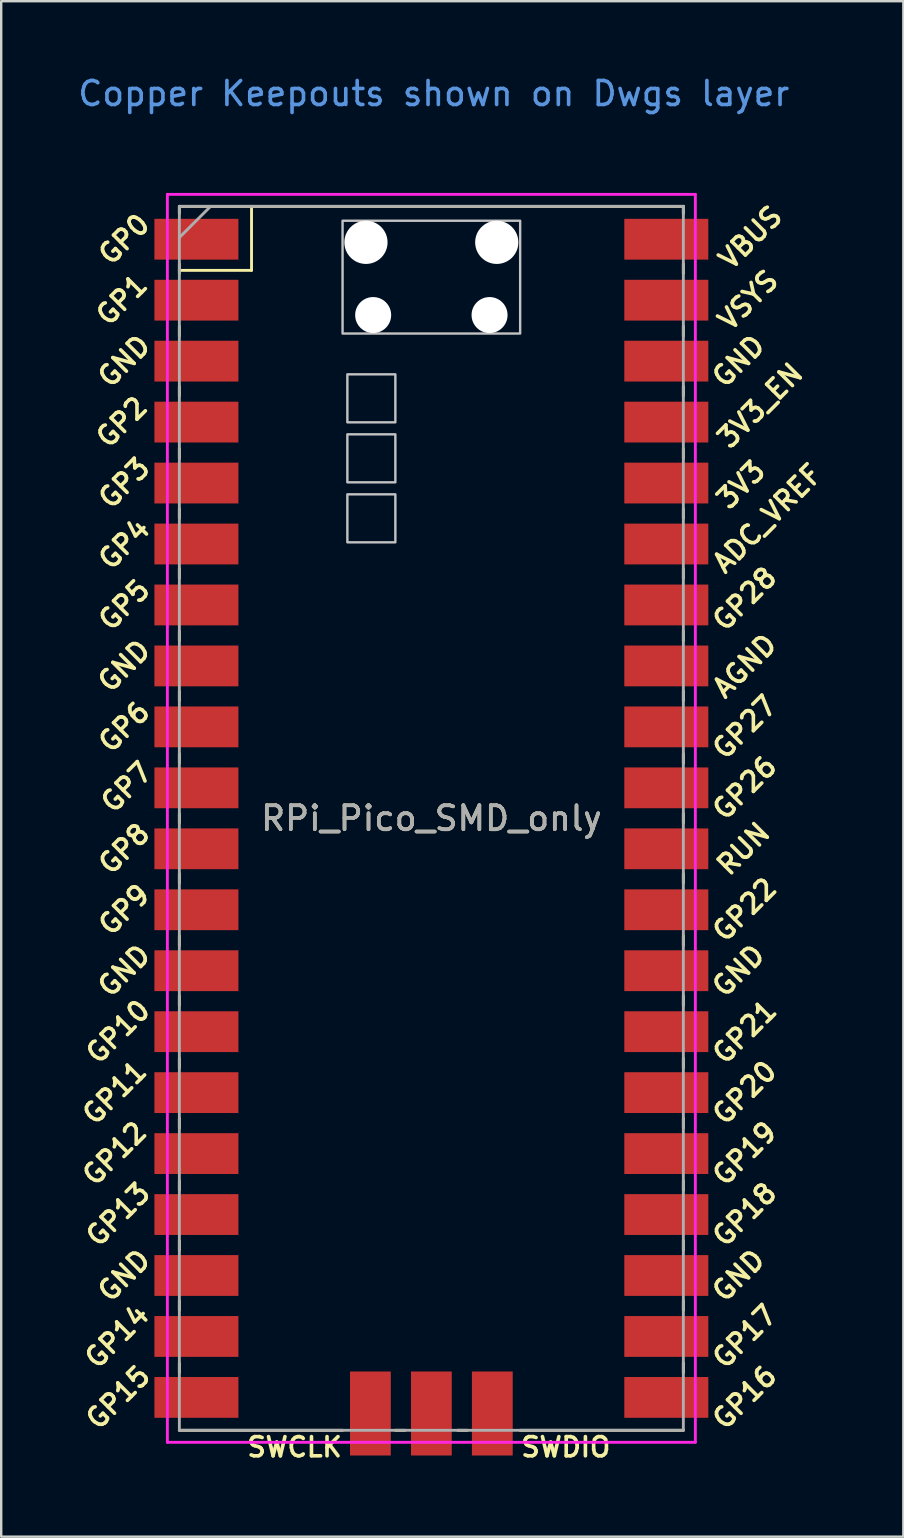
<source format=kicad_pcb>
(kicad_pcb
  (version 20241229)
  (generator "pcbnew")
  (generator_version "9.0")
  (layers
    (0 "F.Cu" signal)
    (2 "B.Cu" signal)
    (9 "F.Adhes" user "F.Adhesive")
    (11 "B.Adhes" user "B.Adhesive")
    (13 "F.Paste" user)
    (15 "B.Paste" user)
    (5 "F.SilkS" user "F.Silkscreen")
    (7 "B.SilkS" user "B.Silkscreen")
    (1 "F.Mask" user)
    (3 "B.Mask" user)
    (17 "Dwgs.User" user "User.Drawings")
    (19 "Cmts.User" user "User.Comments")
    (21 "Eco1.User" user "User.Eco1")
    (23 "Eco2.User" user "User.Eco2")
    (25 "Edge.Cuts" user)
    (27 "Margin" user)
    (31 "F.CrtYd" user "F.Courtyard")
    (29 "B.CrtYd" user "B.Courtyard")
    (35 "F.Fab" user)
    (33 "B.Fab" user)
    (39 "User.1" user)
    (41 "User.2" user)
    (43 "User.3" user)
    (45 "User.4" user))
  (footprint "RPi_Pico_SMD_only"
    (layer "F.Cu")
    (at 14.924 31.048)
    (property "Reference" "RPi_Pico_SMD_only" (at 0 0 0) (layer "F.SilkS") (effects (font (size 1 1) (thickness 0.15))))
    (attr through_hole)
    (fp_line (start -10.5 -25.5) (end -10.5 -25.2) (stroke (width 0.12) (type solid)) (layer "F.SilkS"))
    (fp_line (start -10.5 -25.5) (end 10.5 -25.5) (stroke (width 0.12) (type solid)) (layer "F.SilkS"))
    (fp_line (start -10.5 -23.1) (end -10.5 -22.7) (stroke (width 0.12) (type solid)) (layer "F.SilkS"))
    (fp_line (start -10.5 -22.833) (end -7.493 -22.833) (stroke (width 0.12) (type solid)) (layer "F.SilkS"))
    (fp_line (start -10.5 -20.5) (end -10.5 -20.1) (stroke (width 0.12) (type solid)) (layer "F.SilkS"))
    (fp_line (start -10.5 -18) (end -10.5 -17.6) (stroke (width 0.12) (type solid)) (layer "F.SilkS"))
    (fp_line (start -10.5 -15.4) (end -10.5 -15) (stroke (width 0.12) (type solid)) (layer "F.SilkS"))
    (fp_line (start -10.5 -12.9) (end -10.5 -12.5) (stroke (width 0.12) (type solid)) (layer "F.SilkS"))
    (fp_line (start -10.5 -10.4) (end -10.5 -10) (stroke (width 0.12) (type solid)) (layer "F.SilkS"))
    (fp_line (start -10.5 -7.8) (end -10.5 -7.4) (stroke (width 0.12) (type solid)) (layer "F.SilkS"))
    (fp_line (start -10.5 -5.3) (end -10.5 -4.9) (stroke (width 0.12) (type solid)) (layer "F.SilkS"))
    (fp_line (start -10.5 -2.7) (end -10.5 -2.3) (stroke (width 0.12) (type solid)) (layer "F.SilkS"))
    (fp_line (start -10.5 -0.2) (end -10.5 0.2) (stroke (width 0.12) (type solid)) (layer "F.SilkS"))
    (fp_line (start -10.5 2.3) (end -10.5 2.7) (stroke (width 0.12) (type solid)) (layer "F.SilkS"))
    (fp_line (start -10.5 4.9) (end -10.5 5.3) (stroke (width 0.12) (type solid)) (layer "F.SilkS"))
    (fp_line (start -10.5 7.4) (end -10.5 7.8) (stroke (width 0.12) (type solid)) (layer "F.SilkS"))
    (fp_line (start -10.5 10) (end -10.5 10.4) (stroke (width 0.12) (type solid)) (layer "F.SilkS"))
    (fp_line (start -10.5 12.5) (end -10.5 12.9) (stroke (width 0.12) (type solid)) (layer "F.SilkS"))
    (fp_line (start -10.5 15.1) (end -10.5 15.5) (stroke (width 0.12) (type solid)) (layer "F.SilkS"))
    (fp_line (start -10.5 17.6) (end -10.5 18) (stroke (width 0.12) (type solid)) (layer "F.SilkS"))
    (fp_line (start -10.5 20.1) (end -10.5 20.5) (stroke (width 0.12) (type solid)) (layer "F.SilkS"))
    (fp_line (start -10.5 22.7) (end -10.5 23.1) (stroke (width 0.12) (type solid)) (layer "F.SilkS"))
    (fp_line (start -7.493 -22.833) (end -7.493 -25.5) (stroke (width 0.12) (type solid)) (layer "F.SilkS"))
    (fp_line (start -3.7 25.5) (end -10.5 25.5) (stroke (width 0.12) (type solid)) (layer "F.SilkS"))
    (fp_line (start -1.5 25.5) (end -1.1 25.5) (stroke (width 0.12) (type solid)) (layer "F.SilkS"))
    (fp_line (start 1.1 25.5) (end 1.5 25.5) (stroke (width 0.12) (type solid)) (layer "F.SilkS"))
    (fp_line (start 10.5 -25.5) (end 10.5 -25.2) (stroke (width 0.12) (type solid)) (layer "F.SilkS"))
    (fp_line (start 10.5 -23.1) (end 10.5 -22.7) (stroke (width 0.12) (type solid)) (layer "F.SilkS"))
    (fp_line (start 10.5 -20.5) (end 10.5 -20.1) (stroke (width 0.12) (type solid)) (layer "F.SilkS"))
    (fp_line (start 10.5 -18) (end 10.5 -17.6) (stroke (width 0.12) (type solid)) (layer "F.SilkS"))
    (fp_line (start 10.5 -15.4) (end 10.5 -15) (stroke (width 0.12) (type solid)) (layer "F.SilkS"))
    (fp_line (start 10.5 -12.9) (end 10.5 -12.5) (stroke (width 0.12) (type solid)) (layer "F.SilkS"))
    (fp_line (start 10.5 -10.4) (end 10.5 -10) (stroke (width 0.12) (type solid)) (layer "F.SilkS"))
    (fp_line (start 10.5 -7.8) (end 10.5 -7.4) (stroke (width 0.12) (type solid)) (layer "F.SilkS"))
    (fp_line (start 10.5 -5.3) (end 10.5 -4.9) (stroke (width 0.12) (type solid)) (layer "F.SilkS"))
    (fp_line (start 10.5 -2.7) (end 10.5 -2.3) (stroke (width 0.12) (type solid)) (layer "F.SilkS"))
    (fp_line (start 10.5 -0.2) (end 10.5 0.2) (stroke (width 0.12) (type solid)) (layer "F.SilkS"))
    (fp_line (start 10.5 2.3) (end 10.5 2.7) (stroke (width 0.12) (type solid)) (layer "F.SilkS"))
    (fp_line (start 10.5 4.9) (end 10.5 5.3) (stroke (width 0.12) (type solid)) (layer "F.SilkS"))
    (fp_line (start 10.5 7.4) (end 10.5 7.8) (stroke (width 0.12) (type solid)) (layer "F.SilkS"))
    (fp_line (start 10.5 10) (end 10.5 10.4) (stroke (width 0.12) (type solid)) (layer "F.SilkS"))
    (fp_line (start 10.5 12.5) (end 10.5 12.9) (stroke (width 0.12) (type solid)) (layer "F.SilkS"))
    (fp_line (start 10.5 15.1) (end 10.5 15.5) (stroke (width 0.12) (type solid)) (layer "F.SilkS"))
    (fp_line (start 10.5 17.6) (end 10.5 18) (stroke (width 0.12) (type solid)) (layer "F.SilkS"))
    (fp_line (start 10.5 20.1) (end 10.5 20.5) (stroke (width 0.12) (type solid)) (layer "F.SilkS"))
    (fp_line (start 10.5 22.7) (end 10.5 23.1) (stroke (width 0.12) (type solid)) (layer "F.SilkS"))
    (fp_line (start 10.5 25.5) (end 3.7 25.5) (stroke (width 0.12) (type solid)) (layer "F.SilkS"))
    (fp_poly (pts (xy -1.5 -16.5) (xy -3.5 -16.5) (xy -3.5 -18.5) (xy -1.5 -18.5)) (stroke (width 0.1) (type solid)) (fill no) (layer "Dwgs.User"))
    (fp_poly (pts (xy -1.5 -14) (xy -3.5 -14) (xy -3.5 -16) (xy -1.5 -16)) (stroke (width 0.1) (type solid)) (fill no) (layer "Dwgs.User"))
    (fp_poly (pts (xy -1.5 -11.5) (xy -3.5 -11.5) (xy -3.5 -13.5) (xy -1.5 -13.5)) (stroke (width 0.1) (type solid)) (fill no) (layer "Dwgs.User"))
    (fp_poly (pts (xy 3.7 -20.2) (xy -3.7 -20.2) (xy -3.7 -24.9) (xy 3.7 -24.9)) (stroke (width 0.1) (type solid)) (fill no) (layer "Dwgs.User"))
    (fp_line (start -11 -26) (end 11 -26) (stroke (width 0.12) (type solid)) (layer "F.CrtYd"))
    (fp_line (start -11 26) (end -11 -26) (stroke (width 0.12) (type solid)) (layer "F.CrtYd"))
    (fp_line (start 11 -26) (end 11 26) (stroke (width 0.12) (type solid)) (layer "F.CrtYd"))
    (fp_line (start 11 26) (end -11 26) (stroke (width 0.12) (type solid)) (layer "F.CrtYd"))
    (fp_line (start -10.5 -25.5) (end 10.5 -25.5) (stroke (width 0.12) (type solid)) (layer "F.Fab"))
    (fp_line (start -10.5 -24.2) (end -9.2 -25.5) (stroke (width 0.12) (type solid)) (layer "F.Fab"))
    (fp_line (start -10.5 25.5) (end -10.5 -25.5) (stroke (width 0.12) (type solid)) (layer "F.Fab"))
    (fp_line (start 10.5 -25.5) (end 10.5 25.5) (stroke (width 0.12) (type solid)) (layer "F.Fab"))
    (fp_line (start 10.5 25.5) (end -10.5 25.5) (stroke (width 0.12) (type solid)) (layer "F.Fab"))
    (fp_text user "GP3" (at -12.8 -13.97 45) (layer "F.SilkS") (effects (font (size 0.8 0.8) (thickness 0.15))))
    (fp_text user "GP11" (at -13.2 11.43 45) (layer "F.SilkS") (effects (font (size 0.8 0.8) (thickness 0.15))))
    (fp_text user "GP28" (at 13.054 -9.144 45) (layer "F.SilkS") (effects (font (size 0.8 0.8) (thickness 0.15))))
    (fp_text user "GND" (at 12.8 6.35 45) (layer "F.SilkS") (effects (font (size 0.8 0.8) (thickness 0.15))))
    (fp_text user "GP0" (at -12.8 -24.13 45) (layer "F.SilkS") (effects (font (size 0.8 0.8) (thickness 0.15))))
    (fp_text user "VBUS" (at 13.3 -24.2 45) (layer "F.SilkS") (effects (font (size 0.8 0.8) (thickness 0.15))))
    (fp_text user "GP8" (at -12.8 1.27 45) (layer "F.SilkS") (effects (font (size 0.8 0.8) (thickness 0.15))))
    (fp_text user "GP26" (at 13.054 -1.27 45) (layer "F.SilkS") (effects (font (size 0.8 0.8) (thickness 0.15))))
    (fp_text user "GP14" (at -13.1 21.59 45) (layer "F.SilkS") (effects (font (size 0.8 0.8) (thickness 0.15))))
    (fp_text user "GND" (at 12.8 19.05 45) (layer "F.SilkS") (effects (font (size 0.8 0.8) (thickness 0.15))))
    (fp_text user "ADC_VREF" (at 14 -12.5 45) (layer "F.SilkS") (effects (font (size 0.8 0.8) (thickness 0.15))))
    (fp_text user "GP19" (at 13.054 13.97 45) (layer "F.SilkS") (effects (font (size 0.8 0.8) (thickness 0.15))))
    (fp_text user "AGND" (at 13.054 -6.35 45) (layer "F.SilkS") (effects (font (size 0.8 0.8) (thickness 0.15))))
    (fp_text user "GP21" (at 13.054 8.9 45) (layer "F.SilkS") (effects (font (size 0.8 0.8) (thickness 0.15))))
    (fp_text user "GP12" (at -13.2 13.97 45) (layer "F.SilkS") (effects (font (size 0.8 0.8) (thickness 0.15))))
    (fp_text user "3V3_EN" (at 13.7 -17.2 45) (layer "F.SilkS") (effects (font (size 0.8 0.8) (thickness 0.15))))
    (fp_text user "GP10" (at -13.054 8.89 45) (layer "F.SilkS") (effects (font (size 0.8 0.8) (thickness 0.15))))
    (fp_text user "SWDIO" (at 5.6 26.2 0) (layer "F.SilkS") (effects (font (size 0.8 0.8) (thickness 0.15))))
    (fp_text user "GP4" (at -12.8 -11.43 45) (layer "F.SilkS") (effects (font (size 0.8 0.8) (thickness 0.15))))
    (fp_text user "GND" (at -12.8 -6.35 45) (layer "F.SilkS") (effects (font (size 0.8 0.8) (thickness 0.15))))
    (fp_text user "GND" (at -12.8 -19.05 45) (layer "F.SilkS") (effects (font (size 0.8 0.8) (thickness 0.15))))
    (fp_text user "RUN" (at 13 1.27 45) (layer "F.SilkS") (effects (font (size 0.8 0.8) (thickness 0.15))))
    (fp_text user "GND" (at -12.8 19.05 45) (layer "F.SilkS") (effects (font (size 0.8 0.8) (thickness 0.15))))
    (fp_text user "GP15" (at -13.054 24.13 45) (layer "F.SilkS") (effects (font (size 0.8 0.8) (thickness 0.15))))
    (fp_text user "GP5" (at -12.8 -8.89 45) (layer "F.SilkS") (effects (font (size 0.8 0.8) (thickness 0.15))))
    (fp_text user "GND" (at 12.8 -19.05 45) (layer "F.SilkS") (effects (font (size 0.8 0.8) (thickness 0.15))))
    (fp_text user "GP22" (at 13.054 3.81 45) (layer "F.SilkS") (effects (font (size 0.8 0.8) (thickness 0.15))))
    (fp_text user "GND" (at -12.8 6.35 45) (layer "F.SilkS") (effects (font (size 0.8 0.8) (thickness 0.15))))
    (fp_text user "GP18" (at 13.054 16.51 45) (layer "F.SilkS") (effects (font (size 0.8 0.8) (thickness 0.15))))
    (fp_text user "GP27" (at 13.054 -3.8 45) (layer "F.SilkS") (effects (font (size 0.8 0.8) (thickness 0.15))))
    (fp_text user "GP7" (at -12.7 -1.3 45) (layer "F.SilkS") (effects (font (size 0.8 0.8) (thickness 0.15))))
    (fp_text user "SWCLK" (at -5.7 26.2 0) (layer "F.SilkS") (effects (font (size 0.8 0.8) (thickness 0.15))))
    (fp_text user "GP13" (at -13.054 16.51 45) (layer "F.SilkS") (effects (font (size 0.8 0.8) (thickness 0.15))))
    (fp_text user "3V3" (at 12.9 -13.9 45) (layer "F.SilkS") (effects (font (size 0.8 0.8) (thickness 0.15))))
    (fp_text user "GP9" (at -12.8 3.81 45) (layer "F.SilkS") (effects (font (size 0.8 0.8) (thickness 0.15))))
    (fp_text user "GP20" (at 13.054 11.43 45) (layer "F.SilkS") (effects (font (size 0.8 0.8) (thickness 0.15))))
    (fp_text user "GP2" (at -12.9 -16.51 45) (layer "F.SilkS") (effects (font (size 0.8 0.8) (thickness 0.15))))
    (fp_text user "GP1" (at -12.9 -21.6 45) (layer "F.SilkS") (effects (font (size 0.8 0.8) (thickness 0.15))))
    (fp_text user "GP6" (at -12.8 -3.81 45) (layer "F.SilkS") (effects (font (size 0.8 0.8) (thickness 0.15))))
    (fp_text user "VSYS" (at 13.2 -21.59 45) (layer "F.SilkS") (effects (font (size 0.8 0.8) (thickness 0.15))))
    (fp_text user "GP17" (at 13.054 21.59 45) (layer "F.SilkS") (effects (font (size 0.8 0.8) (thickness 0.15))))
    (fp_text user "GP16" (at 13.054 24.13 45) (layer "F.SilkS") (effects (font (size 0.8 0.8) (thickness 0.15))))
    (fp_text user "Copper Keepouts shown on Dwgs layer" (at 0.1 -30.2 0) (layer "Cmts.User") (effects (font (size 1 1) (thickness 0.15))))
    (fp_text user "${REFERENCE}" (at 0 0 180) (layer "F.Fab") (effects (font (size 1 1) (thickness 0.15))))
    (pad "" np_thru_hole oval (at -2.725 -24) (size 1.8 1.8) (drill 1.8) (layers "*.Cu" "*.Mask"))
    (pad "" np_thru_hole oval (at -2.425 -20.97) (size 1.5 1.5) (drill 1.5) (layers "*.Cu" "*.Mask"))
    (pad "" np_thru_hole oval (at 2.425 -20.97) (size 1.5 1.5) (drill 1.5) (layers "*.Cu" "*.Mask"))
    (pad "" np_thru_hole oval (at 2.725 -24) (size 1.8 1.8) (drill 1.8) (layers "*.Cu" "*.Mask"))
    (pad "1" smd rect (at -8.89 -24.13) (size 3.5 1.7) (drill (offset -0.9 0)) (layers "F.Cu" "F.Mask"))
    (pad "2" smd rect (at -8.89 -21.59) (size 3.5 1.7) (drill (offset -0.9 0)) (layers "F.Cu" "F.Mask"))
    (pad "3" smd rect (at -8.89 -19.05) (size 3.5 1.7) (drill (offset -0.9 0)) (layers "F.Cu" "F.Mask"))
    (pad "4" smd rect (at -8.89 -16.51) (size 3.5 1.7) (drill (offset -0.9 0)) (layers "F.Cu" "F.Mask"))
    (pad "5" smd rect (at -8.89 -13.97) (size 3.5 1.7) (drill (offset -0.9 0)) (layers "F.Cu" "F.Mask"))
    (pad "6" smd rect (at -8.89 -11.43) (size 3.5 1.7) (drill (offset -0.9 0)) (layers "F.Cu" "F.Mask"))
    (pad "7" smd rect (at -8.89 -8.89) (size 3.5 1.7) (drill (offset -0.9 0)) (layers "F.Cu" "F.Mask"))
    (pad "8" smd rect (at -8.89 -6.35) (size 3.5 1.7) (drill (offset -0.9 0)) (layers "F.Cu" "F.Mask"))
    (pad "9" smd rect (at -8.89 -3.81) (size 3.5 1.7) (drill (offset -0.9 0)) (layers "F.Cu" "F.Mask"))
    (pad "10" smd rect (at -8.89 -1.27) (size 3.5 1.7) (drill (offset -0.9 0)) (layers "F.Cu" "F.Mask"))
    (pad "11" smd rect (at -8.89 1.27) (size 3.5 1.7) (drill (offset -0.9 0)) (layers "F.Cu" "F.Mask"))
    (pad "12" smd rect (at -8.89 3.81) (size 3.5 1.7) (drill (offset -0.9 0)) (layers "F.Cu" "F.Mask"))
    (pad "13" smd rect (at -8.89 6.35) (size 3.5 1.7) (drill (offset -0.9 0)) (layers "F.Cu" "F.Mask"))
    (pad "14" smd rect (at -8.89 8.89) (size 3.5 1.7) (drill (offset -0.9 0)) (layers "F.Cu" "F.Mask"))
    (pad "15" smd rect (at -8.89 11.43) (size 3.5 1.7) (drill (offset -0.9 0)) (layers "F.Cu" "F.Mask"))
    (pad "16" smd rect (at -8.89 13.97) (size 3.5 1.7) (drill (offset -0.9 0)) (layers "F.Cu" "F.Mask"))
    (pad "17" smd rect (at -8.89 16.51) (size 3.5 1.7) (drill (offset -0.9 0)) (layers "F.Cu" "F.Mask"))
    (pad "18" smd rect (at -8.89 19.05) (size 3.5 1.7) (drill (offset -0.9 0)) (layers "F.Cu" "F.Mask"))
    (pad "19" smd rect (at -8.89 21.59) (size 3.5 1.7) (drill (offset -0.9 0)) (layers "F.Cu" "F.Mask"))
    (pad "20" smd rect (at -8.89 24.13) (size 3.5 1.7) (drill (offset -0.9 0)) (layers "F.Cu" "F.Mask"))
    (pad "21" smd rect (at 8.89 24.13) (size 3.5 1.7) (drill (offset 0.9 0)) (layers "F.Cu" "F.Mask"))
    (pad "22" smd rect (at 8.89 21.59) (size 3.5 1.7) (drill (offset 0.9 0)) (layers "F.Cu" "F.Mask"))
    (pad "23" smd rect (at 8.89 19.05) (size 3.5 1.7) (drill (offset 0.9 0)) (layers "F.Cu" "F.Mask"))
    (pad "24" smd rect (at 8.89 16.51) (size 3.5 1.7) (drill (offset 0.9 0)) (layers "F.Cu" "F.Mask"))
    (pad "25" smd rect (at 8.89 13.97) (size 3.5 1.7) (drill (offset 0.9 0)) (layers "F.Cu" "F.Mask"))
    (pad "26" smd rect (at 8.89 11.43) (size 3.5 1.7) (drill (offset 0.9 0)) (layers "F.Cu" "F.Mask"))
    (pad "27" smd rect (at 8.89 8.89) (size 3.5 1.7) (drill (offset 0.9 0)) (layers "F.Cu" "F.Mask"))
    (pad "28" smd rect (at 8.89 6.35) (size 3.5 1.7) (drill (offset 0.9 0)) (layers "F.Cu" "F.Mask"))
    (pad "29" smd rect (at 8.89 3.81) (size 3.5 1.7) (drill (offset 0.9 0)) (layers "F.Cu" "F.Mask"))
    (pad "30" smd rect (at 8.89 1.27) (size 3.5 1.7) (drill (offset 0.9 0)) (layers "F.Cu" "F.Mask"))
    (pad "31" smd rect (at 8.89 -1.27) (size 3.5 1.7) (drill (offset 0.9 0)) (layers "F.Cu" "F.Mask"))
    (pad "32" smd rect (at 8.89 -3.81) (size 3.5 1.7) (drill (offset 0.9 0)) (layers "F.Cu" "F.Mask"))
    (pad "33" smd rect (at 8.89 -6.35) (size 3.5 1.7) (drill (offset 0.9 0)) (layers "F.Cu" "F.Mask"))
    (pad "34" smd rect (at 8.89 -8.89) (size 3.5 1.7) (drill (offset 0.9 0)) (layers "F.Cu" "F.Mask"))
    (pad "35" smd rect (at 8.89 -11.43) (size 3.5 1.7) (drill (offset 0.9 0)) (layers "F.Cu" "F.Mask"))
    (pad "36" smd rect (at 8.89 -13.97) (size 3.5 1.7) (drill (offset 0.9 0)) (layers "F.Cu" "F.Mask"))
    (pad "37" smd rect (at 8.89 -16.51) (size 3.5 1.7) (drill (offset 0.9 0)) (layers "F.Cu" "F.Mask"))
    (pad "38" smd rect (at 8.89 -19.05) (size 3.5 1.7) (drill (offset 0.9 0)) (layers "F.Cu" "F.Mask"))
    (pad "39" smd rect (at 8.89 -21.59) (size 3.5 1.7) (drill (offset 0.9 0)) (layers "F.Cu" "F.Mask"))
    (pad "40" smd rect (at 8.89 -24.13) (size 3.5 1.7) (drill (offset 0.9 0)) (layers "F.Cu" "F.Mask"))
    (pad "41" smd rect (at -2.54 23.9 90) (size 3.5 1.7) (drill (offset -0.9 0)) (layers "F.Cu" "F.Mask"))
    (pad "42" smd rect (at 0 23.9 90) (size 3.5 1.7) (drill (offset -0.9 0)) (layers "F.Cu" "F.Mask"))
    (pad "43" smd rect (at 2.54 23.9 90) (size 3.5 1.7) (drill (offset -0.9 0)) (layers "F.Cu" "F.Mask")))
  (gr_rect
    (start -3 -3)
    (end 34.591 60.98)
    (stroke (width 0.1) (type default))
    (fill no)
    (layer "Edge.Cuts")))
</source>
